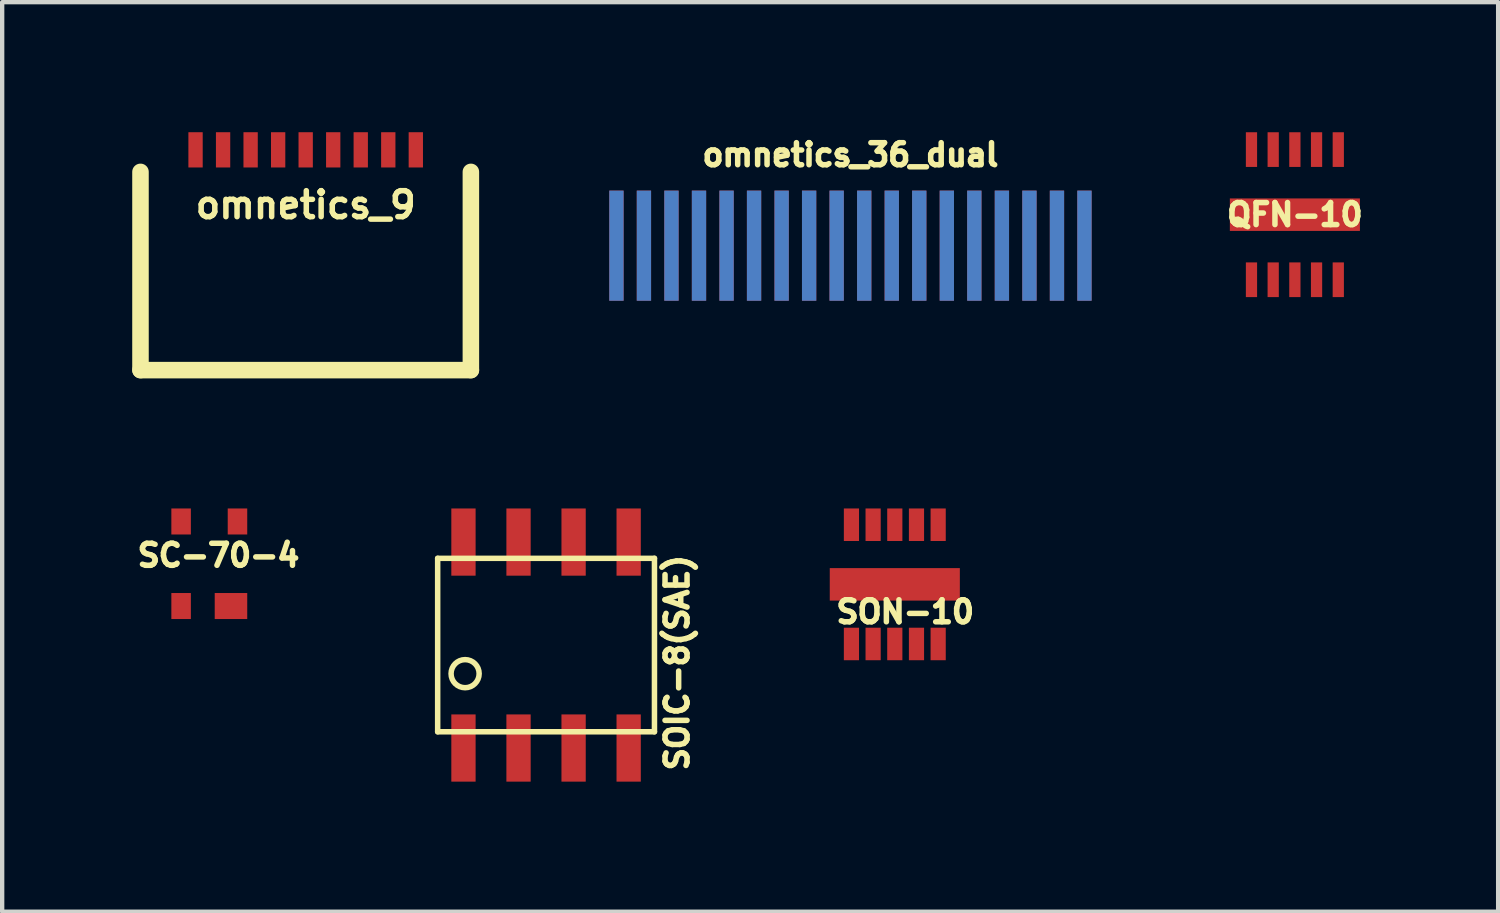
<source format=kicad_pcb>
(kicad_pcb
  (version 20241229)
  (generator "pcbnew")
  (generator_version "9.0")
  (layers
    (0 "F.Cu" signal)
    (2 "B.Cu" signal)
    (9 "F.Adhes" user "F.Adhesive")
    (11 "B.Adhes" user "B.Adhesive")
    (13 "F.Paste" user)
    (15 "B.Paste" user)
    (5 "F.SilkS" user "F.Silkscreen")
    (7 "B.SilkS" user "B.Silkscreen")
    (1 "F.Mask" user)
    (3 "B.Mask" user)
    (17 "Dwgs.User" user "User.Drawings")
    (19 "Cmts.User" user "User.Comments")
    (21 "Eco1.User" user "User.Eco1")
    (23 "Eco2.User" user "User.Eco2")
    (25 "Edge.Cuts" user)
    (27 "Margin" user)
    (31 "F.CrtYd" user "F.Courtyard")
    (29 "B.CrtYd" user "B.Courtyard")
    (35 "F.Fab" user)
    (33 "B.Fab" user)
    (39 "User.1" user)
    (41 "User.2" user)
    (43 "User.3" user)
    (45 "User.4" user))
  (footprint "SON-10"
    (layer "F.Cu")
    (at 17.587 10.427)
    (property "Reference" "SON-10" (at 0.241 0.635 0) (layer "F.SilkS") (effects (font (size 0.508 0.508) (thickness 0.127))))
    (attr through_hole)
    (pad "1" smd rect (at -1 1.375) (size 0.35 0.75) (layers "F.Cu" "F.Mask" "F.Paste"))
    (pad "2" smd rect (at -0.5 1.375) (size 0.35 0.75) (layers "F.Cu" "F.Mask" "F.Paste"))
    (pad "3" smd rect (at 0 1.375) (size 0.35 0.75) (layers "F.Cu" "F.Mask" "F.Paste"))
    (pad "4" smd rect (at 0.5 1.375) (size 0.35 0.75) (layers "F.Cu" "F.Mask" "F.Paste"))
    (pad "5" smd rect (at 1 1.375) (size 0.35 0.75) (layers "F.Cu" "F.Mask" "F.Paste"))
    (pad "6" smd rect (at 1 -1.375) (size 0.35 0.75) (layers "F.Cu" "F.Mask" "F.Paste"))
    (pad "7" smd rect (at 0.5 -1.375) (size 0.35 0.75) (layers "F.Cu" "F.Mask" "F.Paste"))
    (pad "8" smd rect (at 0 -1.375) (size 0.35 0.75) (layers "F.Cu" "F.Mask" "F.Paste"))
    (pad "9" smd rect (at -0.5 -1.375) (size 0.35 0.75) (layers "F.Cu" "F.Mask" "F.Paste"))
    (pad "10" smd rect (at -1 -1.375) (size 0.35 0.75) (layers "F.Cu" "F.Mask" "F.Paste"))
    (pad "11" smd rect (at 0 0) (size 3 0.749) (layers "F.Cu" "F.Mask" "F.Paste")))
  (footprint "SC-70-4"
    (layer "F.Cu")
    (at 1.777 9.952)
    (property "Reference" "SC-70-4" (at 0.213 -0.193 0) (layer "F.SilkS") (effects (font (size 0.508 0.508) (thickness 0.127))))
    (attr through_hole)
    (pad "1" smd rect (at -0.65 0.975) (size 0.45 0.6) (layers "F.Cu" "F.Mask" "F.Paste"))
    (pad "2" smd rect (at 0.5 0.975) (size 0.75 0.6) (layers "F.Cu" "F.Mask" "F.Paste"))
    (pad "3" smd rect (at 0.65 -0.975) (size 0.45 0.6) (layers "F.Cu" "F.Mask" "F.Paste"))
    (pad "4" smd rect (at -0.65 -0.975) (size 0.45 0.6) (layers "F.Cu" "F.Mask" "F.Paste")))
  (footprint "QFN-10"
    (layer "F.Cu")
    (at 26.814 1.901)
    (property "Reference" "QFN-10" (at 0 0 0) (layer "F.SilkS") (effects (font (size 0.508 0.508) (thickness 0.127))))
    (attr through_hole)
    (pad "1" smd rect (at -1.001 1.501) (size 0.259 0.8) (layers "F.Cu" "F.Mask" "F.Paste"))
    (pad "2" smd rect (at -0.5 1.501) (size 0.259 0.8) (layers "F.Cu" "F.Mask" "F.Paste"))
    (pad "3" smd rect (at 0 1.501) (size 0.259 0.8) (layers "F.Cu" "F.Mask" "F.Paste"))
    (pad "4" smd rect (at 0.5 1.501) (size 0.259 0.8) (layers "F.Cu" "F.Mask" "F.Paste"))
    (pad "5" smd rect (at 1.001 1.501) (size 0.259 0.8) (layers "F.Cu" "F.Mask" "F.Paste"))
    (pad "6" smd rect (at 1.001 -1.501) (size 0.259 0.8) (layers "F.Cu" "F.Mask" "F.Paste"))
    (pad "7" smd rect (at 0.5 -1.501) (size 0.259 0.8) (layers "F.Cu" "F.Mask" "F.Paste"))
    (pad "8" smd rect (at 0 -1.501) (size 0.259 0.8) (layers "F.Cu" "F.Mask" "F.Paste"))
    (pad "9" smd rect (at -0.5 -1.501) (size 0.259 0.8) (layers "F.Cu" "F.Mask" "F.Paste"))
    (pad "10" smd rect (at -1.001 -1.501) (size 0.259 0.8) (layers "F.Cu" "F.Mask" "F.Paste"))
    (pad "11" smd rect (at 0 0) (size 3 0.749) (layers "F.Cu" "F.Mask" "F.Paste")))
  (footprint "omnetics_36_dual"
    (layer "F.Cu")
    (at 16.564 2.552)
    (property "Reference" "omnetics_36_dual" (at 0 -2.032 0) (layer "F.SilkS") (effects (font (size 0.508 0.508) (thickness 0.127))))
    (attr through_hole)
    (pad "B1" smd rect (at -5.397 0.064) (size 0.33 2.54) (layers "B.Cu" "B.Mask" "B.Paste"))
    (pad "B2" smd rect (at -4.763 0.064) (size 0.33 2.54) (layers "B.Cu" "B.Mask" "B.Paste"))
    (pad "B3" smd rect (at -4.128 0.064) (size 0.33 2.54) (layers "B.Cu" "B.Mask" "B.Paste"))
    (pad "B4" smd rect (at -3.493 0.064) (size 0.33 2.54) (layers "B.Cu" "B.Mask" "B.Paste"))
    (pad "B5" smd rect (at -2.857 0.064) (size 0.33 2.54) (layers "B.Cu" "B.Mask" "B.Paste"))
    (pad "B6" smd rect (at -2.223 0.064) (size 0.33 2.54) (layers "B.Cu" "B.Mask" "B.Paste"))
    (pad "B7" smd rect (at -1.587 0.064) (size 0.33 2.54) (layers "B.Cu" "B.Mask" "B.Paste"))
    (pad "B8" smd rect (at -0.953 0.064) (size 0.33 2.54) (layers "B.Cu" "B.Mask" "B.Paste"))
    (pad "B9" smd rect (at -0.318 0.064) (size 0.33 2.54) (layers "B.Cu" "B.Mask" "B.Paste"))
    (pad "B10" smd rect (at 0.318 0.064) (size 0.33 2.54) (layers "B.Cu" "B.Mask" "B.Paste"))
    (pad "B11" smd rect (at 0.953 0.064) (size 0.33 2.54) (layers "B.Cu" "B.Mask" "B.Paste"))
    (pad "B12" smd rect (at 1.587 0.064) (size 0.33 2.54) (layers "B.Cu" "B.Mask" "B.Paste"))
    (pad "B13" smd rect (at 2.223 0.064) (size 0.33 2.54) (layers "B.Cu" "B.Mask" "B.Paste"))
    (pad "B14" smd rect (at 2.857 0.064) (size 0.33 2.54) (layers "B.Cu" "B.Mask" "B.Paste"))
    (pad "B15" smd rect (at 3.493 0.064) (size 0.33 2.54) (layers "B.Cu" "B.Mask" "B.Paste"))
    (pad "B16" smd rect (at 4.128 0.064) (size 0.33 2.54) (layers "B.Cu" "B.Mask" "B.Paste"))
    (pad "B17" smd rect (at 4.763 0.064) (size 0.33 2.54) (layers "B.Cu" "B.Mask" "B.Paste"))
    (pad "B18" smd rect (at 5.397 0.064) (size 0.33 2.54) (layers "B.Cu" "B.Mask" "B.Paste"))
    (pad "T1" smd rect (at -5.397 0.064) (size 0.33 2.54) (layers "F.Cu" "F.Mask" "F.Paste"))
    (pad "T2" smd rect (at -4.763 0.064) (size 0.33 2.54) (layers "F.Cu" "F.Mask" "F.Paste"))
    (pad "T3" smd rect (at -4.128 0.064) (size 0.33 2.54) (layers "F.Cu" "F.Mask" "F.Paste"))
    (pad "T4" smd rect (at -3.493 0.064) (size 0.33 2.54) (layers "F.Cu" "F.Mask" "F.Paste"))
    (pad "T5" smd rect (at -2.857 0.064) (size 0.33 2.54) (layers "F.Cu" "F.Mask" "F.Paste"))
    (pad "T6" smd rect (at -2.223 0.064) (size 0.33 2.54) (layers "F.Cu" "F.Mask" "F.Paste"))
    (pad "T7" smd rect (at -1.587 0.064) (size 0.33 2.54) (layers "F.Cu" "F.Mask" "F.Paste"))
    (pad "T8" smd rect (at -0.953 0.064) (size 0.33 2.54) (layers "F.Cu" "F.Mask" "F.Paste"))
    (pad "T9" smd rect (at -0.318 0.064) (size 0.33 2.54) (layers "F.Cu" "F.Mask" "F.Paste"))
    (pad "T10" smd rect (at 0.318 0.064) (size 0.33 2.54) (layers "F.Cu" "F.Mask" "F.Paste"))
    (pad "T11" smd rect (at 0.953 0.064) (size 0.33 2.54) (layers "F.Cu" "F.Mask" "F.Paste"))
    (pad "T12" smd rect (at 1.587 0.064) (size 0.33 2.54) (layers "F.Cu" "F.Mask" "F.Paste"))
    (pad "T13" smd rect (at 2.223 0.064) (size 0.33 2.54) (layers "F.Cu" "F.Mask" "F.Paste"))
    (pad "T14" smd rect (at 2.857 0.064) (size 0.33 2.54) (layers "F.Cu" "F.Mask" "F.Paste"))
    (pad "T15" smd rect (at 3.493 0.064) (size 0.33 2.54) (layers "F.Cu" "F.Mask" "F.Paste"))
    (pad "T16" smd rect (at 4.128 0.064) (size 0.33 2.54) (layers "F.Cu" "F.Mask" "F.Paste"))
    (pad "T17" smd rect (at 4.763 0.064) (size 0.33 2.54) (layers "F.Cu" "F.Mask" "F.Paste"))
    (pad "T18" smd rect (at 5.397 0.064) (size 0.33 2.54) (layers "F.Cu" "F.Mask" "F.Paste")))
  (footprint "omnetics_9"
    (layer "F.Cu")
    (at 4 0.406)
    (property "Reference" "omnetics_9" (at 0 1.27 0) (layer "F.SilkS") (effects (font (size 0.599 0.599) (thickness 0.127))))
    (attr through_hole)
    (fp_line (start -3.81 5.08) (end -3.81 0.508) (stroke (width 0.381) (type solid)) (layer "F.SilkS"))
    (fp_line (start 3.81 0.508) (end 3.81 5.08) (stroke (width 0.381) (type solid)) (layer "F.SilkS"))
    (fp_line (start 3.81 5.08) (end -3.81 5.08) (stroke (width 0.381) (type solid)) (layer "F.SilkS"))
    (pad "1" smd rect (at -2.54 0) (size 0.33 0.813) (layers "F.Cu" "F.Mask" "F.Paste"))
    (pad "2" smd rect (at -1.905 0) (size 0.33 0.813) (layers "F.Cu" "F.Mask" "F.Paste"))
    (pad "3" smd rect (at -1.27 0) (size 0.33 0.813) (layers "F.Cu" "F.Mask" "F.Paste"))
    (pad "4" smd rect (at -0.635 0) (size 0.33 0.813) (layers "F.Cu" "F.Mask" "F.Paste"))
    (pad "5" smd rect (at 0 0) (size 0.33 0.813) (layers "F.Cu" "F.Mask" "F.Paste"))
    (pad "6" smd rect (at 0.635 0) (size 0.33 0.813) (layers "F.Cu" "F.Mask" "F.Paste"))
    (pad "7" smd rect (at 1.27 0) (size 0.33 0.813) (layers "F.Cu" "F.Mask" "F.Paste"))
    (pad "8" smd rect (at 1.905 0) (size 0.33 0.813) (layers "F.Cu" "F.Mask" "F.Paste"))
    (pad "9" smd rect (at 2.54 0) (size 0.33 0.813) (layers "F.Cu" "F.Mask" "F.Paste")))
  (footprint "SOIC-8(SAE)"
    (layer "F.Cu")
    (at 9.544 11.827)
    (property "Reference" "SOIC-8(SAE)" (at 3.023 0.406 90) (layer "F.SilkS") (effects (font (size 0.508 0.508) (thickness 0.127))))
    (attr through_hole)
    (fp_line (start -2.5 -2) (end 2.5 -2) (stroke (width 0.127) (type solid)) (layer "F.SilkS"))
    (fp_line (start -2.5 2) (end -2.5 -2) (stroke (width 0.127) (type solid)) (layer "F.SilkS"))
    (fp_line (start 2.5 -2) (end 2.5 2) (stroke (width 0.127) (type solid)) (layer "F.SilkS"))
    (fp_line (start 2.5 2) (end -2.5 2) (stroke (width 0.127) (type solid)) (layer "F.SilkS"))
    (fp_circle (center -1.867 0.66) (end -1.638 0.889) (stroke (width 0.127) (type solid)) (fill no) (layer "F.SilkS"))
    (pad "1" smd rect (at -1.905 2.375) (size 0.56 1.55) (layers "F.Cu" "F.Mask" "F.Paste"))
    (pad "2" smd rect (at -0.635 2.375) (size 0.56 1.55) (layers "F.Cu" "F.Mask" "F.Paste"))
    (pad "3" smd rect (at 0.635 2.375) (size 0.56 1.55) (layers "F.Cu" "F.Mask" "F.Paste"))
    (pad "4" smd rect (at 1.905 2.375) (size 0.56 1.55) (layers "F.Cu" "F.Mask" "F.Paste"))
    (pad "5" smd rect (at 1.905 -2.375) (size 0.56 1.55) (layers "F.Cu" "F.Mask" "F.Paste"))
    (pad "6" smd rect (at 0.635 -2.375) (size 0.56 1.55) (layers "F.Cu" "F.Mask" "F.Paste"))
    (pad "7" smd rect (at -0.635 -2.375) (size 0.56 1.55) (layers "F.Cu" "F.Mask" "F.Paste"))
    (pad "8" smd rect (at -1.905 -2.375) (size 0.56 1.55) (layers "F.Cu" "F.Mask" "F.Paste")))
  (gr_rect
    (start -3 -3)
    (end 31.502 17.977)
    (stroke (width 0.1) (type default))
    (fill no)
    (layer "Edge.Cuts")))
</source>
